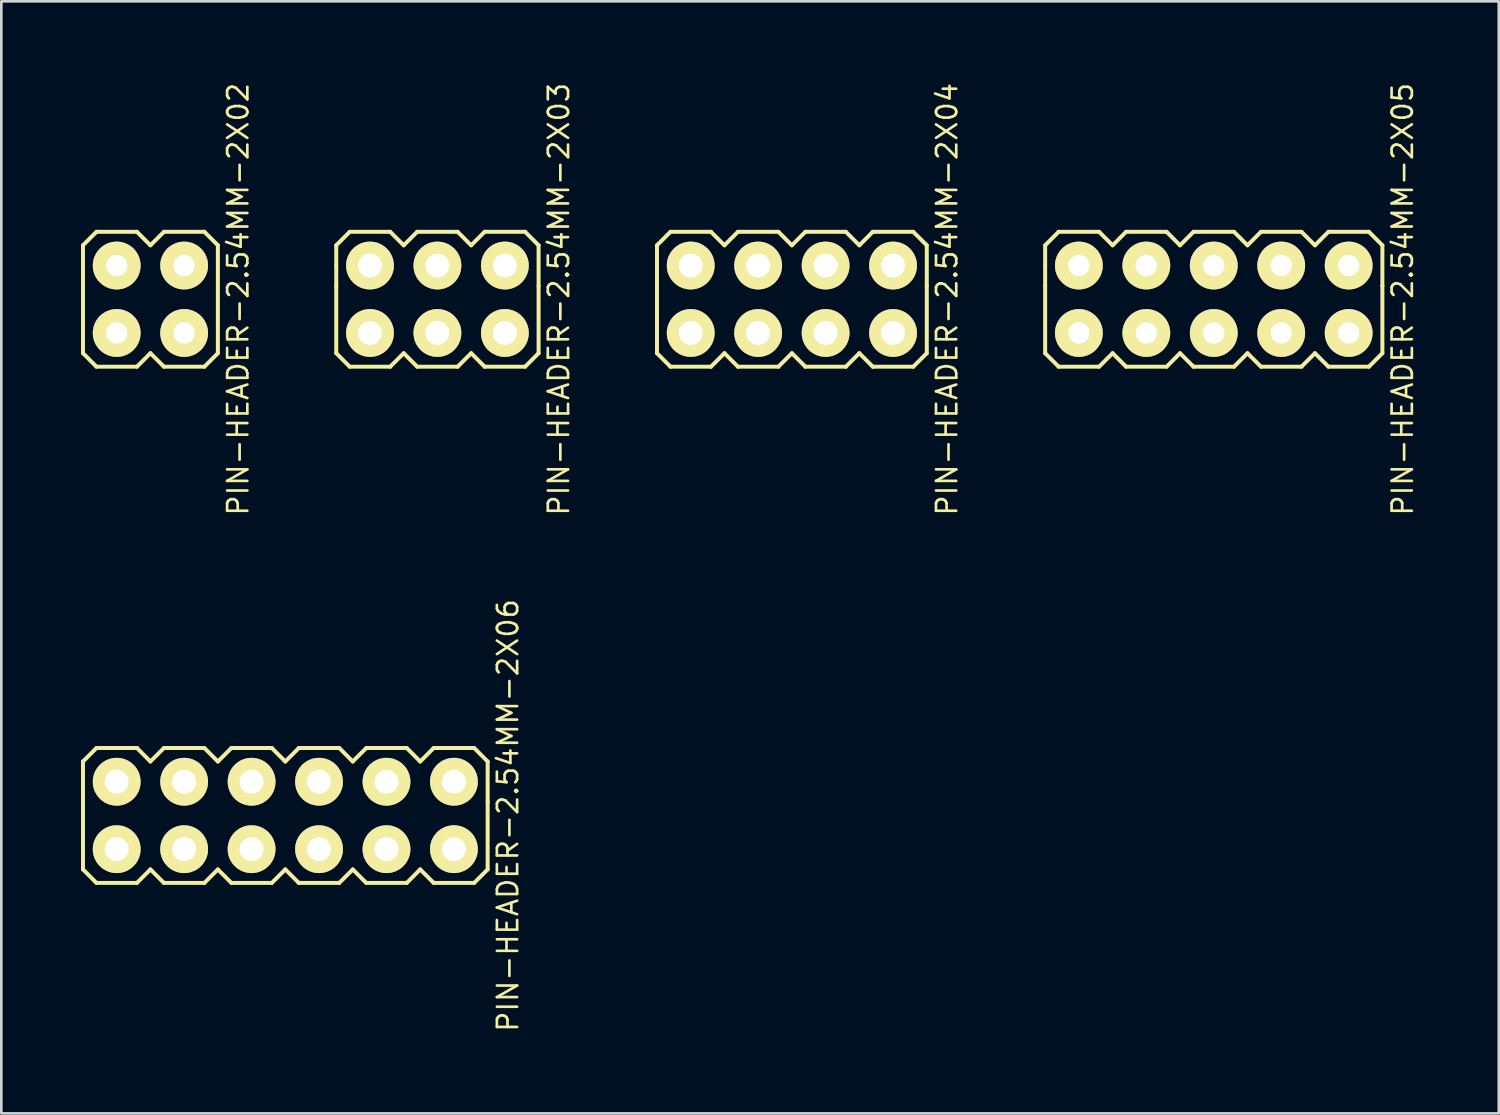
<source format=kicad_pcb>
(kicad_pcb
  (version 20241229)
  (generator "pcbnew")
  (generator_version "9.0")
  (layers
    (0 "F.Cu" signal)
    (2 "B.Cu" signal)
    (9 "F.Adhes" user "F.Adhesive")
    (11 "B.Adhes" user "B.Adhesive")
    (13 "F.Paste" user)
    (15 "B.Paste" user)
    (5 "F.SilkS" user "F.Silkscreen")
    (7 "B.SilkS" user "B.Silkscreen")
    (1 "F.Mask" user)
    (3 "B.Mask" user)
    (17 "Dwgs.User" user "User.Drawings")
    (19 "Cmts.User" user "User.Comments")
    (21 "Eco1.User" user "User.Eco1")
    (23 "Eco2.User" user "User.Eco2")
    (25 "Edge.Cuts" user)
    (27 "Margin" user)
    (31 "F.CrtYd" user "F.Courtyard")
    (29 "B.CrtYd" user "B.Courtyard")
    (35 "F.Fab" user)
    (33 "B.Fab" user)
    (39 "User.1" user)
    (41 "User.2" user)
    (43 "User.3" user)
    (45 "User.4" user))
  (footprint "PIN-HEADER-2.54MM-2X02"
    (layer "F.Cu")
    (at 2.615 8.22)
    (property "Reference" "PIN-HEADER-2.54MM-2X02" (at 3.302 0 90) (layer "F.SilkS") (effects (font (size 0.762 0.762) (thickness 0.1))))
    (attr through_hole)
    (fp_line (start -2.54 -2.032) (end -2.032 -2.54) (stroke (width 0.15) (type solid)) (layer "F.SilkS"))
    (fp_line (start -2.54 -1.27) (end -2.54 -2.032) (stroke (width 0.15) (type solid)) (layer "F.SilkS"))
    (fp_line (start -2.54 2.032) (end -2.54 -1.27) (stroke (width 0.15) (type solid)) (layer "F.SilkS"))
    (fp_line (start -2.032 -2.54) (end -0.508 -2.54) (stroke (width 0.15) (type solid)) (layer "F.SilkS"))
    (fp_line (start -2.032 2.54) (end -2.54 2.032) (stroke (width 0.15) (type solid)) (layer "F.SilkS"))
    (fp_line (start -0.508 -2.54) (end 0 -2.032) (stroke (width 0.15) (type solid)) (layer "F.SilkS"))
    (fp_line (start -0.508 2.54) (end -2.032 2.54) (stroke (width 0.15) (type solid)) (layer "F.SilkS"))
    (fp_line (start 0 -2.032) (end 0.508 -2.54) (stroke (width 0.15) (type solid)) (layer "F.SilkS"))
    (fp_line (start 0 2.032) (end -0.508 2.54) (stroke (width 0.15) (type solid)) (layer "F.SilkS"))
    (fp_line (start 0.508 -2.54) (end 2.032 -2.54) (stroke (width 0.15) (type solid)) (layer "F.SilkS"))
    (fp_line (start 0.508 2.54) (end 0 2.032) (stroke (width 0.15) (type solid)) (layer "F.SilkS"))
    (fp_line (start 2.032 -2.54) (end 2.54 -2.032) (stroke (width 0.15) (type solid)) (layer "F.SilkS"))
    (fp_line (start 2.032 2.54) (end 0.508 2.54) (stroke (width 0.15) (type solid)) (layer "F.SilkS"))
    (fp_line (start 2.54 -2.032) (end 2.54 2.032) (stroke (width 0.15) (type solid)) (layer "F.SilkS"))
    (fp_line (start 2.54 2.032) (end 2.032 2.54) (stroke (width 0.15) (type solid)) (layer "F.SilkS"))
    (pad "1" thru_hole circle (at -1.27 1.27) (size 1.8 1.8) (drill 0.8) (layers "*.Cu" "*.Mask" "F.SilkS"))
    (pad "2" thru_hole circle (at -1.27 -1.27) (size 1.8 1.8) (drill 0.8) (layers "*.Cu" "*.Mask" "F.SilkS"))
    (pad "3" thru_hole circle (at 1.27 1.27) (size 1.8 1.8) (drill 0.8) (layers "*.Cu" "*.Mask" "F.SilkS"))
    (pad "4" thru_hole circle (at 1.27 -1.27) (size 1.8 1.8) (drill 0.8) (layers "*.Cu" "*.Mask" "F.SilkS")))
  (footprint "PIN-HEADER-2.54MM-2X05"
    (layer "F.Cu")
    (at 42.66 8.22)
    (property "Reference" "PIN-HEADER-2.54MM-2X05" (at 7.112 0 90) (layer "F.SilkS") (effects (font (size 0.762 0.762) (thickness 0.1))))
    (attr through_hole)
    (fp_line (start -6.35 -2.032) (end -5.842 -2.54) (stroke (width 0.15) (type solid)) (layer "F.SilkS"))
    (fp_line (start -6.35 -1.27) (end -6.35 -2.032) (stroke (width 0.15) (type solid)) (layer "F.SilkS"))
    (fp_line (start -6.35 -0.508) (end -6.35 -1.27) (stroke (width 0.15) (type solid)) (layer "F.SilkS"))
    (fp_line (start -6.35 -0.508) (end -6.35 2.032) (stroke (width 0.15) (type solid)) (layer "F.SilkS"))
    (fp_line (start -6.35 2.032) (end -5.842 2.54) (stroke (width 0.15) (type solid)) (layer "F.SilkS"))
    (fp_line (start -5.842 -2.54) (end -4.318 -2.54) (stroke (width 0.15) (type solid)) (layer "F.SilkS"))
    (fp_line (start -5.842 2.54) (end -4.318 2.54) (stroke (width 0.15) (type solid)) (layer "F.SilkS"))
    (fp_line (start -4.318 -2.54) (end -3.81 -2.032) (stroke (width 0.15) (type solid)) (layer "F.SilkS"))
    (fp_line (start -4.318 2.54) (end -3.81 2.032) (stroke (width 0.15) (type solid)) (layer "F.SilkS"))
    (fp_line (start -3.81 -2.032) (end -3.302 -2.54) (stroke (width 0.15) (type solid)) (layer "F.SilkS"))
    (fp_line (start -3.81 2.032) (end -3.302 2.54) (stroke (width 0.15) (type solid)) (layer "F.SilkS"))
    (fp_line (start -3.302 -2.54) (end -1.778 -2.54) (stroke (width 0.15) (type solid)) (layer "F.SilkS"))
    (fp_line (start -3.302 2.54) (end -1.778 2.54) (stroke (width 0.15) (type solid)) (layer "F.SilkS"))
    (fp_line (start -1.778 -2.54) (end -1.27 -2.032) (stroke (width 0.15) (type solid)) (layer "F.SilkS"))
    (fp_line (start -1.778 2.54) (end -1.27 2.032) (stroke (width 0.15) (type solid)) (layer "F.SilkS"))
    (fp_line (start -1.27 -2.032) (end -0.762 -2.54) (stroke (width 0.15) (type solid)) (layer "F.SilkS"))
    (fp_line (start -1.27 2.032) (end -0.762 2.54) (stroke (width 0.15) (type solid)) (layer "F.SilkS"))
    (fp_line (start -0.762 -2.54) (end 0.762 -2.54) (stroke (width 0.15) (type solid)) (layer "F.SilkS"))
    (fp_line (start -0.762 2.54) (end 0.762 2.54) (stroke (width 0.15) (type solid)) (layer "F.SilkS"))
    (fp_line (start 0.762 -2.54) (end 1.27 -2.032) (stroke (width 0.15) (type solid)) (layer "F.SilkS"))
    (fp_line (start 0.762 2.54) (end 1.27 2.032) (stroke (width 0.15) (type solid)) (layer "F.SilkS"))
    (fp_line (start 1.27 -2.032) (end 1.778 -2.54) (stroke (width 0.15) (type solid)) (layer "F.SilkS"))
    (fp_line (start 1.27 2.032) (end 1.778 2.54) (stroke (width 0.15) (type solid)) (layer "F.SilkS"))
    (fp_line (start 1.778 -2.54) (end 3.302 -2.54) (stroke (width 0.15) (type solid)) (layer "F.SilkS"))
    (fp_line (start 1.778 2.54) (end 3.302 2.54) (stroke (width 0.15) (type solid)) (layer "F.SilkS"))
    (fp_line (start 3.302 -2.54) (end 3.81 -2.032) (stroke (width 0.15) (type solid)) (layer "F.SilkS"))
    (fp_line (start 3.302 2.54) (end 3.81 2.032) (stroke (width 0.15) (type solid)) (layer "F.SilkS"))
    (fp_line (start 3.81 -2.032) (end 4.318 -2.54) (stroke (width 0.15) (type solid)) (layer "F.SilkS"))
    (fp_line (start 3.81 2.032) (end 4.318 2.54) (stroke (width 0.15) (type solid)) (layer "F.SilkS"))
    (fp_line (start 4.318 -2.54) (end 5.842 -2.54) (stroke (width 0.15) (type solid)) (layer "F.SilkS"))
    (fp_line (start 4.318 2.54) (end 5.842 2.54) (stroke (width 0.15) (type solid)) (layer "F.SilkS"))
    (fp_line (start 5.842 -2.54) (end 6.35 -2.032) (stroke (width 0.15) (type solid)) (layer "F.SilkS"))
    (fp_line (start 5.842 2.54) (end 6.35 2.032) (stroke (width 0.15) (type solid)) (layer "F.SilkS"))
    (fp_line (start 6.35 -2.032) (end 6.35 -0.508) (stroke (width 0.15) (type solid)) (layer "F.SilkS"))
    (fp_line (start 6.35 2.032) (end 6.35 -0.508) (stroke (width 0.15) (type solid)) (layer "F.SilkS"))
    (pad "1" thru_hole circle (at -5.08 1.27) (size 1.8 1.8) (drill 0.8) (layers "*.Cu" "*.Mask" "F.SilkS"))
    (pad "2" thru_hole circle (at -5.08 -1.27) (size 1.8 1.8) (drill 0.8) (layers "*.Cu" "*.Mask" "F.SilkS"))
    (pad "3" thru_hole circle (at -2.54 1.27) (size 1.8 1.8) (drill 0.8) (layers "*.Cu" "*.Mask" "F.SilkS"))
    (pad "4" thru_hole circle (at -2.54 -1.27) (size 1.8 1.8) (drill 0.8) (layers "*.Cu" "*.Mask" "F.SilkS"))
    (pad "5" thru_hole circle (at 0 1.27) (size 1.8 1.8) (drill 0.8) (layers "*.Cu" "*.Mask" "F.SilkS"))
    (pad "6" thru_hole circle (at 0 -1.27) (size 1.8 1.8) (drill 0.8) (layers "*.Cu" "*.Mask" "F.SilkS"))
    (pad "7" thru_hole circle (at 2.54 1.27) (size 1.8 1.8) (drill 0.8) (layers "*.Cu" "*.Mask" "F.SilkS"))
    (pad "8" thru_hole circle (at 2.54 -1.27) (size 1.8 1.8) (drill 0.8) (layers "*.Cu" "*.Mask" "F.SilkS"))
    (pad "9" thru_hole circle (at 5.08 1.27) (size 1.8 1.8) (drill 0.8) (layers "*.Cu" "*.Mask" "F.SilkS"))
    (pad "10" thru_hole circle (at 5.08 -1.27) (size 1.8 1.8) (drill 0.8) (layers "*.Cu" "*.Mask" "F.SilkS")))
  (footprint "PIN-HEADER-2.54MM-2X04"
    (layer "F.Cu")
    (at 26.772 8.22)
    (property "Reference" "PIN-HEADER-2.54MM-2X04" (at 5.842 0 90) (layer "F.SilkS") (effects (font (size 0.762 0.762) (thickness 0.1))))
    (attr through_hole)
    (fp_line (start -5.08 -2.032) (end -4.572 -2.54) (stroke (width 0.15) (type solid)) (layer "F.SilkS"))
    (fp_line (start -5.08 -1.27) (end -5.08 -2.032) (stroke (width 0.15) (type solid)) (layer "F.SilkS"))
    (fp_line (start -5.08 -0.508) (end -5.08 -1.27) (stroke (width 0.15) (type solid)) (layer "F.SilkS"))
    (fp_line (start -5.08 -0.508) (end -5.08 2.032) (stroke (width 0.15) (type solid)) (layer "F.SilkS"))
    (fp_line (start -5.08 2.032) (end -4.572 2.54) (stroke (width 0.15) (type solid)) (layer "F.SilkS"))
    (fp_line (start -4.572 -2.54) (end -3.048 -2.54) (stroke (width 0.15) (type solid)) (layer "F.SilkS"))
    (fp_line (start -4.572 2.54) (end -3.048 2.54) (stroke (width 0.15) (type solid)) (layer "F.SilkS"))
    (fp_line (start -3.048 -2.54) (end -2.54 -2.032) (stroke (width 0.15) (type solid)) (layer "F.SilkS"))
    (fp_line (start -3.048 2.54) (end -2.54 2.032) (stroke (width 0.15) (type solid)) (layer "F.SilkS"))
    (fp_line (start -2.54 -2.032) (end -2.032 -2.54) (stroke (width 0.15) (type solid)) (layer "F.SilkS"))
    (fp_line (start -2.54 2.032) (end -2.032 2.54) (stroke (width 0.15) (type solid)) (layer "F.SilkS"))
    (fp_line (start -2.032 -2.54) (end -0.508 -2.54) (stroke (width 0.15) (type solid)) (layer "F.SilkS"))
    (fp_line (start -2.032 2.54) (end -0.508 2.54) (stroke (width 0.15) (type solid)) (layer "F.SilkS"))
    (fp_line (start -0.508 -2.54) (end 0 -2.032) (stroke (width 0.15) (type solid)) (layer "F.SilkS"))
    (fp_line (start -0.508 2.54) (end 0 2.032) (stroke (width 0.15) (type solid)) (layer "F.SilkS"))
    (fp_line (start 0 -2.032) (end 0.508 -2.54) (stroke (width 0.15) (type solid)) (layer "F.SilkS"))
    (fp_line (start 0 2.032) (end 0.508 2.54) (stroke (width 0.15) (type solid)) (layer "F.SilkS"))
    (fp_line (start 0.508 -2.54) (end 2.032 -2.54) (stroke (width 0.15) (type solid)) (layer "F.SilkS"))
    (fp_line (start 0.508 2.54) (end 2.032 2.54) (stroke (width 0.15) (type solid)) (layer "F.SilkS"))
    (fp_line (start 2.032 -2.54) (end 2.54 -2.032) (stroke (width 0.15) (type solid)) (layer "F.SilkS"))
    (fp_line (start 2.032 2.54) (end 2.54 2.032) (stroke (width 0.15) (type solid)) (layer "F.SilkS"))
    (fp_line (start 2.54 -2.032) (end 3.048 -2.54) (stroke (width 0.15) (type solid)) (layer "F.SilkS"))
    (fp_line (start 2.54 2.032) (end 3.048 2.54) (stroke (width 0.15) (type solid)) (layer "F.SilkS"))
    (fp_line (start 3.048 -2.54) (end 4.572 -2.54) (stroke (width 0.15) (type solid)) (layer "F.SilkS"))
    (fp_line (start 3.048 2.54) (end 4.572 2.54) (stroke (width 0.15) (type solid)) (layer "F.SilkS"))
    (fp_line (start 4.572 -2.54) (end 5.08 -2.032) (stroke (width 0.15) (type solid)) (layer "F.SilkS"))
    (fp_line (start 4.572 2.54) (end 5.08 2.032) (stroke (width 0.15) (type solid)) (layer "F.SilkS"))
    (fp_line (start 5.08 -2.032) (end 5.08 -0.508) (stroke (width 0.15) (type solid)) (layer "F.SilkS"))
    (fp_line (start 5.08 2.032) (end 5.08 -0.508) (stroke (width 0.15) (type solid)) (layer "F.SilkS"))
    (pad "1" thru_hole circle (at -3.81 1.27) (size 1.8 1.8) (drill 0.9) (layers "*.Cu" "*.Mask" "F.SilkS"))
    (pad "2" thru_hole circle (at -3.81 -1.27) (size 1.8 1.8) (drill 0.9) (layers "*.Cu" "*.Mask" "F.SilkS"))
    (pad "3" thru_hole circle (at -1.27 1.27) (size 1.8 1.8) (drill 0.9) (layers "*.Cu" "*.Mask" "F.SilkS"))
    (pad "4" thru_hole circle (at -1.27 -1.27) (size 1.8 1.8) (drill 0.9) (layers "*.Cu" "*.Mask" "F.SilkS"))
    (pad "5" thru_hole circle (at 1.27 1.27) (size 1.8 1.8) (drill 0.9) (layers "*.Cu" "*.Mask" "F.SilkS"))
    (pad "6" thru_hole circle (at 1.27 -1.27) (size 1.8 1.8) (drill 0.9) (layers "*.Cu" "*.Mask" "F.SilkS"))
    (pad "7" thru_hole circle (at 3.81 1.27) (size 1.8 1.8) (drill 0.9) (layers "*.Cu" "*.Mask" "F.SilkS"))
    (pad "8" thru_hole circle (at 3.81 -1.27) (size 1.8 1.8) (drill 0.9) (layers "*.Cu" "*.Mask" "F.SilkS")))
  (footprint "PIN-HEADER-2.54MM-2X03"
    (layer "F.Cu")
    (at 13.423 8.22)
    (property "Reference" "PIN-HEADER-2.54MM-2X03" (at 4.572 0 90) (layer "F.SilkS") (effects (font (size 0.762 0.762) (thickness 0.1))))
    (attr through_hole)
    (fp_line (start -3.81 -2.032) (end -3.302 -2.54) (stroke (width 0.15) (type solid)) (layer "F.SilkS"))
    (fp_line (start -3.81 -1.27) (end -3.81 -2.032) (stroke (width 0.15) (type solid)) (layer "F.SilkS"))
    (fp_line (start -3.81 -0.508) (end -3.81 -1.27) (stroke (width 0.15) (type solid)) (layer "F.SilkS"))
    (fp_line (start -3.81 -0.508) (end -3.81 2.032) (stroke (width 0.15) (type solid)) (layer "F.SilkS"))
    (fp_line (start -3.81 2.032) (end -3.302 2.54) (stroke (width 0.15) (type solid)) (layer "F.SilkS"))
    (fp_line (start -3.302 -2.54) (end -1.778 -2.54) (stroke (width 0.15) (type solid)) (layer "F.SilkS"))
    (fp_line (start -3.302 2.54) (end -1.778 2.54) (stroke (width 0.15) (type solid)) (layer "F.SilkS"))
    (fp_line (start -1.778 -2.54) (end -1.27 -2.032) (stroke (width 0.15) (type solid)) (layer "F.SilkS"))
    (fp_line (start -1.778 2.54) (end -1.27 2.032) (stroke (width 0.15) (type solid)) (layer "F.SilkS"))
    (fp_line (start -1.27 -2.032) (end -0.762 -2.54) (stroke (width 0.15) (type solid)) (layer "F.SilkS"))
    (fp_line (start -1.27 2.032) (end -0.762 2.54) (stroke (width 0.15) (type solid)) (layer "F.SilkS"))
    (fp_line (start -0.762 -2.54) (end 0.762 -2.54) (stroke (width 0.15) (type solid)) (layer "F.SilkS"))
    (fp_line (start -0.762 2.54) (end 0.762 2.54) (stroke (width 0.15) (type solid)) (layer "F.SilkS"))
    (fp_line (start 0.762 -2.54) (end 1.27 -2.032) (stroke (width 0.15) (type solid)) (layer "F.SilkS"))
    (fp_line (start 0.762 2.54) (end 1.27 2.032) (stroke (width 0.15) (type solid)) (layer "F.SilkS"))
    (fp_line (start 1.27 -2.032) (end 1.778 -2.54) (stroke (width 0.15) (type solid)) (layer "F.SilkS"))
    (fp_line (start 1.27 2.032) (end 1.778 2.54) (stroke (width 0.15) (type solid)) (layer "F.SilkS"))
    (fp_line (start 1.778 -2.54) (end 3.302 -2.54) (stroke (width 0.15) (type solid)) (layer "F.SilkS"))
    (fp_line (start 1.778 2.54) (end 3.302 2.54) (stroke (width 0.15) (type solid)) (layer "F.SilkS"))
    (fp_line (start 3.302 -2.54) (end 3.81 -2.032) (stroke (width 0.15) (type solid)) (layer "F.SilkS"))
    (fp_line (start 3.302 2.54) (end 3.81 2.032) (stroke (width 0.15) (type solid)) (layer "F.SilkS"))
    (fp_line (start 3.81 -2.032) (end 3.81 -0.508) (stroke (width 0.15) (type solid)) (layer "F.SilkS"))
    (fp_line (start 3.81 2.032) (end 3.81 -0.508) (stroke (width 0.15) (type solid)) (layer "F.SilkS"))
    (pad "1" thru_hole circle (at -2.54 1.27) (size 1.8 1.8) (drill 0.9) (layers "*.Cu" "*.Mask" "F.SilkS"))
    (pad "2" thru_hole circle (at -2.54 -1.27) (size 1.8 1.8) (drill 0.9) (layers "*.Cu" "*.Mask" "F.SilkS"))
    (pad "3" thru_hole circle (at 0 1.27) (size 1.8 1.8) (drill 0.9) (layers "*.Cu" "*.Mask" "F.SilkS"))
    (pad "4" thru_hole circle (at 0 -1.27) (size 1.8 1.8) (drill 0.9) (layers "*.Cu" "*.Mask" "F.SilkS"))
    (pad "5" thru_hole circle (at 2.54 1.27) (size 1.8 1.8) (drill 0.9) (layers "*.Cu" "*.Mask" "F.SilkS"))
    (pad "6" thru_hole circle (at 2.54 -1.27) (size 1.8 1.8) (drill 0.9) (layers "*.Cu" "*.Mask" "F.SilkS")))
  (footprint "PIN-HEADER-2.54MM-2X06"
    (layer "F.Cu")
    (at 7.695 27.66)
    (property "Reference" "PIN-HEADER-2.54MM-2X06" (at 8.382 0 90) (layer "F.SilkS") (effects (font (size 0.762 0.762) (thickness 0.1))))
    (attr through_hole)
    (fp_line (start -7.62 -2.032) (end -7.112 -2.54) (stroke (width 0.15) (type solid)) (layer "F.SilkS"))
    (fp_line (start -7.62 -1.27) (end -7.62 -2.032) (stroke (width 0.15) (type solid)) (layer "F.SilkS"))
    (fp_line (start -7.62 -0.508) (end -7.62 -1.27) (stroke (width 0.15) (type solid)) (layer "F.SilkS"))
    (fp_line (start -7.62 -0.508) (end -7.62 2.032) (stroke (width 0.15) (type solid)) (layer "F.SilkS"))
    (fp_line (start -7.62 2.032) (end -7.112 2.54) (stroke (width 0.15) (type solid)) (layer "F.SilkS"))
    (fp_line (start -7.112 -2.54) (end -5.588 -2.54) (stroke (width 0.15) (type solid)) (layer "F.SilkS"))
    (fp_line (start -7.112 2.54) (end -5.588 2.54) (stroke (width 0.15) (type solid)) (layer "F.SilkS"))
    (fp_line (start -5.588 -2.54) (end -5.08 -2.032) (stroke (width 0.15) (type solid)) (layer "F.SilkS"))
    (fp_line (start -5.588 2.54) (end -5.08 2.032) (stroke (width 0.15) (type solid)) (layer "F.SilkS"))
    (fp_line (start -5.08 -2.032) (end -4.572 -2.54) (stroke (width 0.15) (type solid)) (layer "F.SilkS"))
    (fp_line (start -5.08 2.032) (end -4.572 2.54) (stroke (width 0.15) (type solid)) (layer "F.SilkS"))
    (fp_line (start -4.572 -2.54) (end -3.048 -2.54) (stroke (width 0.15) (type solid)) (layer "F.SilkS"))
    (fp_line (start -4.572 2.54) (end -3.048 2.54) (stroke (width 0.15) (type solid)) (layer "F.SilkS"))
    (fp_line (start -3.048 -2.54) (end -2.54 -2.032) (stroke (width 0.15) (type solid)) (layer "F.SilkS"))
    (fp_line (start -3.048 2.54) (end -2.54 2.032) (stroke (width 0.15) (type solid)) (layer "F.SilkS"))
    (fp_line (start -2.54 -2.032) (end -2.032 -2.54) (stroke (width 0.15) (type solid)) (layer "F.SilkS"))
    (fp_line (start -2.54 2.032) (end -2.032 2.54) (stroke (width 0.15) (type solid)) (layer "F.SilkS"))
    (fp_line (start -2.032 -2.54) (end -0.508 -2.54) (stroke (width 0.15) (type solid)) (layer "F.SilkS"))
    (fp_line (start -2.032 2.54) (end -0.508 2.54) (stroke (width 0.15) (type solid)) (layer "F.SilkS"))
    (fp_line (start -0.508 -2.54) (end 0 -2.032) (stroke (width 0.15) (type solid)) (layer "F.SilkS"))
    (fp_line (start -0.508 2.54) (end 0 2.032) (stroke (width 0.15) (type solid)) (layer "F.SilkS"))
    (fp_line (start 0 -2.032) (end 0.508 -2.54) (stroke (width 0.15) (type solid)) (layer "F.SilkS"))
    (fp_line (start 0 2.032) (end 0.508 2.54) (stroke (width 0.15) (type solid)) (layer "F.SilkS"))
    (fp_line (start 0.508 -2.54) (end 2.032 -2.54) (stroke (width 0.15) (type solid)) (layer "F.SilkS"))
    (fp_line (start 0.508 2.54) (end 2.032 2.54) (stroke (width 0.15) (type solid)) (layer "F.SilkS"))
    (fp_line (start 2.032 -2.54) (end 2.54 -2.032) (stroke (width 0.15) (type solid)) (layer "F.SilkS"))
    (fp_line (start 2.032 2.54) (end 2.54 2.032) (stroke (width 0.15) (type solid)) (layer "F.SilkS"))
    (fp_line (start 2.54 -2.032) (end 3.048 -2.54) (stroke (width 0.15) (type solid)) (layer "F.SilkS"))
    (fp_line (start 2.54 2.032) (end 3.048 2.54) (stroke (width 0.15) (type solid)) (layer "F.SilkS"))
    (fp_line (start 3.048 -2.54) (end 4.572 -2.54) (stroke (width 0.15) (type solid)) (layer "F.SilkS"))
    (fp_line (start 3.048 2.54) (end 4.572 2.54) (stroke (width 0.15) (type solid)) (layer "F.SilkS"))
    (fp_line (start 4.572 -2.54) (end 5.08 -2.032) (stroke (width 0.15) (type solid)) (layer "F.SilkS"))
    (fp_line (start 4.572 2.54) (end 5.08 2.032) (stroke (width 0.15) (type solid)) (layer "F.SilkS"))
    (fp_line (start 5.08 -2.032) (end 5.588 -2.54) (stroke (width 0.15) (type solid)) (layer "F.SilkS"))
    (fp_line (start 5.08 2.032) (end 5.588 2.54) (stroke (width 0.15) (type solid)) (layer "F.SilkS"))
    (fp_line (start 5.588 -2.54) (end 7.112 -2.54) (stroke (width 0.15) (type solid)) (layer "F.SilkS"))
    (fp_line (start 5.588 2.54) (end 7.112 2.54) (stroke (width 0.15) (type solid)) (layer "F.SilkS"))
    (fp_line (start 7.112 -2.54) (end 7.62 -2.032) (stroke (width 0.15) (type solid)) (layer "F.SilkS"))
    (fp_line (start 7.112 2.54) (end 7.62 2.032) (stroke (width 0.15) (type solid)) (layer "F.SilkS"))
    (fp_line (start 7.62 -2.032) (end 7.62 -0.508) (stroke (width 0.15) (type solid)) (layer "F.SilkS"))
    (fp_line (start 7.62 2.032) (end 7.62 -0.508) (stroke (width 0.15) (type solid)) (layer "F.SilkS"))
    (pad "1" thru_hole circle (at -6.35 1.27) (size 1.8 1.8) (drill 0.9) (layers "*.Cu" "*.Mask" "F.SilkS"))
    (pad "2" thru_hole circle (at -6.35 -1.27) (size 1.8 1.8) (drill 0.9) (layers "*.Cu" "*.Mask" "F.SilkS"))
    (pad "3" thru_hole circle (at -3.81 1.27) (size 1.8 1.8) (drill 0.9) (layers "*.Cu" "*.Mask" "F.SilkS"))
    (pad "4" thru_hole circle (at -3.81 -1.27) (size 1.8 1.8) (drill 0.9) (layers "*.Cu" "*.Mask" "F.SilkS"))
    (pad "5" thru_hole circle (at -1.27 1.27) (size 1.8 1.8) (drill 0.9) (layers "*.Cu" "*.Mask" "F.SilkS"))
    (pad "6" thru_hole circle (at -1.27 -1.27) (size 1.8 1.8) (drill 0.9) (layers "*.Cu" "*.Mask" "F.SilkS"))
    (pad "7" thru_hole circle (at 1.27 1.27) (size 1.8 1.8) (drill 0.9) (layers "*.Cu" "*.Mask" "F.SilkS"))
    (pad "8" thru_hole circle (at 1.27 -1.27) (size 1.8 1.8) (drill 0.9) (layers "*.Cu" "*.Mask" "F.SilkS"))
    (pad "9" thru_hole circle (at 3.81 1.27) (size 1.8 1.8) (drill 0.9) (layers "*.Cu" "*.Mask" "F.SilkS"))
    (pad "10" thru_hole circle (at 3.81 -1.27) (size 1.8 1.8) (drill 0.9) (layers "*.Cu" "*.Mask" "F.SilkS"))
    (pad "11" thru_hole circle (at 6.35 1.27) (size 1.8 1.8) (drill 0.9) (layers "*.Cu" "*.Mask" "F.SilkS"))
    (pad "12" thru_hole circle (at 6.35 -1.27) (size 1.8 1.8) (drill 0.9) (layers "*.Cu" "*.Mask" "F.SilkS")))
  (gr_rect
    (start -3 -3)
    (end 53.393 38.88)
    (stroke (width 0.1) (type default))
    (fill no)
    (layer "Edge.Cuts")))
</source>
